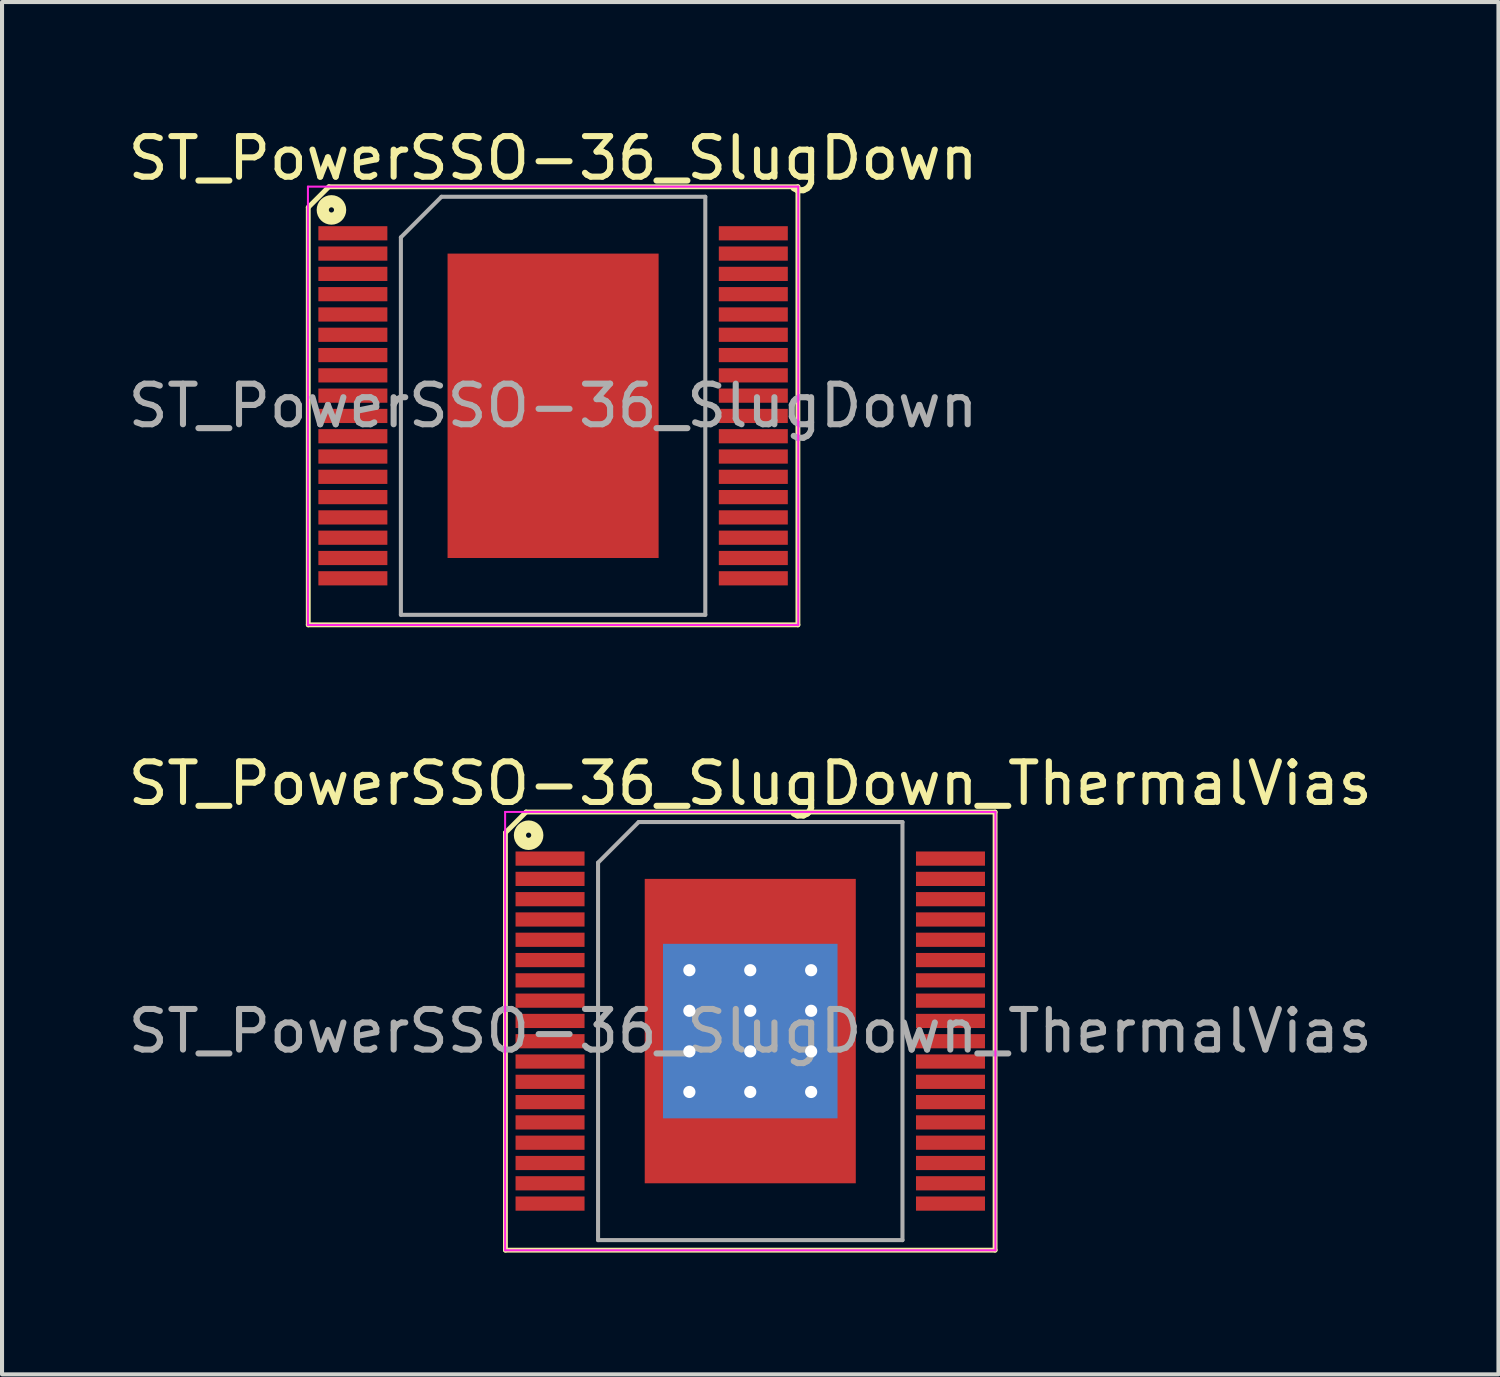
<source format=kicad_pcb>
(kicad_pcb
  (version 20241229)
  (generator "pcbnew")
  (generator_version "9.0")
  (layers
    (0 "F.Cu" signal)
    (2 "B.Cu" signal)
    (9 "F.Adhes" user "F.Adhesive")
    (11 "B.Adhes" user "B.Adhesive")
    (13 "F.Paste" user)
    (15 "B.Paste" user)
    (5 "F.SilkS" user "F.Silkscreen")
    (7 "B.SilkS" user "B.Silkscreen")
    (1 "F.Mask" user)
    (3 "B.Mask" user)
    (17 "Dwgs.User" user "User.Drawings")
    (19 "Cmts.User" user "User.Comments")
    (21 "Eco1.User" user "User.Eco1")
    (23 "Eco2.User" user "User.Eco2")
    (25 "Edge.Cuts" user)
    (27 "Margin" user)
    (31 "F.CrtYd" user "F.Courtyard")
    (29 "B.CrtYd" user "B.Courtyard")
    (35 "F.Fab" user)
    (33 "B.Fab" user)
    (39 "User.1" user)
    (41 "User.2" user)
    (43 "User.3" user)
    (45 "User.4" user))
  (footprint "ST_PowerSSO-36_SlugDown"
    (layer "F.Cu")
    (at 10.577 6.948)
    (property "Reference" "ST_PowerSSO-36_SlugDown" (at 0 -6.1 0) (layer "F.SilkS") (effects (font (size 1 1) (thickness 0.15))))
    (attr smd)
    (fp_line (start -6.032 -4.889) (end -6.032 5.397) (stroke (width 0.12) (type solid)) (layer "F.SilkS"))
    (fp_line (start -6.032 -4.889) (end -5.524 -5.397) (stroke (width 0.12) (type solid)) (layer "F.SilkS"))
    (fp_line (start -6.032 5.397) (end 6.032 5.397) (stroke (width 0.12) (type solid)) (layer "F.SilkS"))
    (fp_line (start 6.032 -5.397) (end -5.524 -5.397) (stroke (width 0.12) (type solid)) (layer "F.SilkS"))
    (fp_line (start 6.032 5.397) (end 6.032 -5.397) (stroke (width 0.12) (type solid)) (layer "F.SilkS"))
    (fp_circle (center -5.461 -4.826) (end -5.397 -4.826) (stroke (width 0.3) (type solid)) (fill no) (layer "F.SilkS"))
    (fp_line (start -6.04 -5.4) (end -6.04 5.4) (stroke (width 0.05) (type solid)) (layer "F.CrtYd"))
    (fp_line (start -6.04 -5.4) (end 6.04 -5.4) (stroke (width 0.05) (type solid)) (layer "F.CrtYd"))
    (fp_line (start 6.04 5.4) (end -6.04 5.4) (stroke (width 0.05) (type solid)) (layer "F.CrtYd"))
    (fp_line (start 6.04 5.4) (end 6.04 -5.4) (stroke (width 0.05) (type solid)) (layer "F.CrtYd"))
    (fp_line (start -3.75 -4.15) (end -3.75 5.15) (stroke (width 0.1) (type solid)) (layer "F.Fab"))
    (fp_line (start -3.75 5.15) (end 3.75 5.15) (stroke (width 0.1) (type solid)) (layer "F.Fab"))
    (fp_line (start -2.75 -5.15) (end -3.75 -4.15) (stroke (width 0.1) (type solid)) (layer "F.Fab"))
    (fp_line (start 3.75 -5.15) (end -2.75 -5.15) (stroke (width 0.1) (type solid)) (layer "F.Fab"))
    (fp_line (start 3.75 5.15) (end 3.75 -5.15) (stroke (width 0.1) (type solid)) (layer "F.Fab"))
    (fp_text user "${REFERENCE}" (at 0 0 0) (layer "F.Fab") (effects (font (size 1 1) (thickness 0.15))))
    (pad "1" smd rect (at -4.933 -4.25) (size 1.7 0.35) (layers "F.Cu" "F.Mask" "F.Paste"))
    (pad "2" smd rect (at -4.933 -3.75) (size 1.7 0.35) (layers "F.Cu" "F.Mask" "F.Paste"))
    (pad "3" smd rect (at -4.933 -3.25) (size 1.7 0.35) (layers "F.Cu" "F.Mask" "F.Paste"))
    (pad "4" smd rect (at -4.933 -2.75) (size 1.7 0.35) (layers "F.Cu" "F.Mask" "F.Paste"))
    (pad "5" smd rect (at -4.933 -2.25) (size 1.7 0.35) (layers "F.Cu" "F.Mask" "F.Paste"))
    (pad "6" smd rect (at -4.933 -1.75) (size 1.7 0.35) (layers "F.Cu" "F.Mask" "F.Paste"))
    (pad "7" smd rect (at -4.933 -1.25) (size 1.7 0.35) (layers "F.Cu" "F.Mask" "F.Paste"))
    (pad "8" smd rect (at -4.933 -0.75) (size 1.7 0.35) (layers "F.Cu" "F.Mask" "F.Paste"))
    (pad "9" smd rect (at -4.933 -0.25) (size 1.7 0.35) (layers "F.Cu" "F.Mask" "F.Paste"))
    (pad "10" smd rect (at -4.933 0.25) (size 1.7 0.35) (layers "F.Cu" "F.Mask" "F.Paste"))
    (pad "11" smd rect (at -4.933 0.75) (size 1.7 0.35) (layers "F.Cu" "F.Mask" "F.Paste"))
    (pad "12" smd rect (at -4.933 1.25) (size 1.7 0.35) (layers "F.Cu" "F.Mask" "F.Paste"))
    (pad "13" smd rect (at -4.933 1.75) (size 1.7 0.35) (layers "F.Cu" "F.Mask" "F.Paste"))
    (pad "14" smd rect (at -4.933 2.25) (size 1.7 0.35) (layers "F.Cu" "F.Mask" "F.Paste"))
    (pad "15" smd rect (at -4.933 2.75) (size 1.7 0.35) (layers "F.Cu" "F.Mask" "F.Paste"))
    (pad "16" smd rect (at -4.933 3.25) (size 1.7 0.35) (layers "F.Cu" "F.Mask" "F.Paste"))
    (pad "17" smd rect (at -4.933 3.75) (size 1.7 0.35) (layers "F.Cu" "F.Mask" "F.Paste"))
    (pad "18" smd rect (at -4.933 4.25) (size 1.7 0.35) (layers "F.Cu" "F.Mask" "F.Paste"))
    (pad "19" smd rect (at 4.933 4.25) (size 1.7 0.35) (layers "F.Cu" "F.Mask" "F.Paste"))
    (pad "20" smd rect (at 4.933 3.75) (size 1.7 0.35) (layers "F.Cu" "F.Mask" "F.Paste"))
    (pad "21" smd rect (at 4.933 3.25) (size 1.7 0.35) (layers "F.Cu" "F.Mask" "F.Paste"))
    (pad "22" smd rect (at 4.933 2.75) (size 1.7 0.35) (layers "F.Cu" "F.Mask" "F.Paste"))
    (pad "23" smd rect (at 4.933 2.25) (size 1.7 0.35) (layers "F.Cu" "F.Mask" "F.Paste"))
    (pad "24" smd rect (at 4.933 1.75) (size 1.7 0.35) (layers "F.Cu" "F.Mask" "F.Paste"))
    (pad "25" smd rect (at 4.933 1.25) (size 1.7 0.35) (layers "F.Cu" "F.Mask" "F.Paste"))
    (pad "26" smd rect (at 4.933 0.75) (size 1.7 0.35) (layers "F.Cu" "F.Mask" "F.Paste"))
    (pad "27" smd rect (at 4.933 0.25) (size 1.7 0.35) (layers "F.Cu" "F.Mask" "F.Paste"))
    (pad "28" smd rect (at 4.933 -0.25) (size 1.7 0.35) (layers "F.Cu" "F.Mask" "F.Paste"))
    (pad "29" smd rect (at 4.933 -0.75) (size 1.7 0.35) (layers "F.Cu" "F.Mask" "F.Paste"))
    (pad "30" smd rect (at 4.933 -1.25) (size 1.7 0.35) (layers "F.Cu" "F.Mask" "F.Paste"))
    (pad "31" smd rect (at 4.933 -1.75) (size 1.7 0.35) (layers "F.Cu" "F.Mask" "F.Paste"))
    (pad "32" smd rect (at 4.933 -2.25) (size 1.7 0.35) (layers "F.Cu" "F.Mask" "F.Paste"))
    (pad "33" smd rect (at 4.933 -2.75) (size 1.7 0.35) (layers "F.Cu" "F.Mask" "F.Paste"))
    (pad "34" smd rect (at 4.933 -3.25) (size 1.7 0.35) (layers "F.Cu" "F.Mask" "F.Paste"))
    (pad "35" smd rect (at 4.933 -3.75) (size 1.7 0.35) (layers "F.Cu" "F.Mask" "F.Paste"))
    (pad "36" smd rect (at 4.933 -4.25) (size 1.7 0.35) (layers "F.Cu" "F.Mask" "F.Paste"))
    (pad "37" smd rect (at 0 0) (size 5.2 7.5) (layers "F.Cu" "F.Mask" "F.Paste")))
  (footprint "ST_PowerSSO-36_SlugDown_ThermalVias"
    (layer "F.Cu")
    (at 15.435 22.354)
    (property "Reference" "ST_PowerSSO-36_SlugDown_ThermalVias" (at 0 -6.1 0) (layer "F.SilkS") (effects (font (size 1 1) (thickness 0.15))))
    (attr smd)
    (fp_line (start -6.032 -4.889) (end -6.032 5.397) (stroke (width 0.12) (type solid)) (layer "F.SilkS"))
    (fp_line (start -6.032 -4.889) (end -5.524 -5.397) (stroke (width 0.12) (type solid)) (layer "F.SilkS"))
    (fp_line (start -6.032 5.397) (end 6.032 5.397) (stroke (width 0.12) (type solid)) (layer "F.SilkS"))
    (fp_line (start 6.032 -5.397) (end -5.524 -5.397) (stroke (width 0.12) (type solid)) (layer "F.SilkS"))
    (fp_line (start 6.032 5.397) (end 6.032 -5.397) (stroke (width 0.12) (type solid)) (layer "F.SilkS"))
    (fp_circle (center -5.461 -4.826) (end -5.397 -4.826) (stroke (width 0.3) (type solid)) (fill no) (layer "F.SilkS"))
    (fp_line (start -6.04 -5.4) (end -6.04 5.4) (stroke (width 0.05) (type solid)) (layer "F.CrtYd"))
    (fp_line (start -6.04 -5.4) (end 6.04 -5.4) (stroke (width 0.05) (type solid)) (layer "F.CrtYd"))
    (fp_line (start 6.04 5.4) (end -6.04 5.4) (stroke (width 0.05) (type solid)) (layer "F.CrtYd"))
    (fp_line (start 6.04 5.4) (end 6.04 -5.4) (stroke (width 0.05) (type solid)) (layer "F.CrtYd"))
    (fp_line (start -3.75 -4.15) (end -3.75 5.15) (stroke (width 0.1) (type solid)) (layer "F.Fab"))
    (fp_line (start -3.75 5.15) (end 3.75 5.15) (stroke (width 0.1) (type solid)) (layer "F.Fab"))
    (fp_line (start -2.75 -5.15) (end -3.75 -4.15) (stroke (width 0.1) (type solid)) (layer "F.Fab"))
    (fp_line (start 3.75 -5.15) (end -2.75 -5.15) (stroke (width 0.1) (type solid)) (layer "F.Fab"))
    (fp_line (start 3.75 5.15) (end 3.75 -5.15) (stroke (width 0.1) (type solid)) (layer "F.Fab"))
    (fp_text user "${REFERENCE}" (at 0 0 0) (layer "F.Fab") (effects (font (size 1 1) (thickness 0.15))))
    (pad "1" smd rect (at -4.933 -4.25) (size 1.7 0.35) (layers "F.Cu" "F.Mask" "F.Paste"))
    (pad "2" smd rect (at -4.933 -3.75) (size 1.7 0.35) (layers "F.Cu" "F.Mask" "F.Paste"))
    (pad "3" smd rect (at -4.933 -3.25) (size 1.7 0.35) (layers "F.Cu" "F.Mask" "F.Paste"))
    (pad "4" smd rect (at -4.933 -2.75) (size 1.7 0.35) (layers "F.Cu" "F.Mask" "F.Paste"))
    (pad "5" smd rect (at -4.933 -2.25) (size 1.7 0.35) (layers "F.Cu" "F.Mask" "F.Paste"))
    (pad "6" smd rect (at -4.933 -1.75) (size 1.7 0.35) (layers "F.Cu" "F.Mask" "F.Paste"))
    (pad "7" smd rect (at -4.933 -1.25) (size 1.7 0.35) (layers "F.Cu" "F.Mask" "F.Paste"))
    (pad "8" smd rect (at -4.933 -0.75) (size 1.7 0.35) (layers "F.Cu" "F.Mask" "F.Paste"))
    (pad "9" smd rect (at -4.933 -0.25) (size 1.7 0.35) (layers "F.Cu" "F.Mask" "F.Paste"))
    (pad "10" smd rect (at -4.933 0.25) (size 1.7 0.35) (layers "F.Cu" "F.Mask" "F.Paste"))
    (pad "11" smd rect (at -4.933 0.75) (size 1.7 0.35) (layers "F.Cu" "F.Mask" "F.Paste"))
    (pad "12" smd rect (at -4.933 1.25) (size 1.7 0.35) (layers "F.Cu" "F.Mask" "F.Paste"))
    (pad "13" smd rect (at -4.933 1.75) (size 1.7 0.35) (layers "F.Cu" "F.Mask" "F.Paste"))
    (pad "14" smd rect (at -4.933 2.25) (size 1.7 0.35) (layers "F.Cu" "F.Mask" "F.Paste"))
    (pad "15" smd rect (at -4.933 2.75) (size 1.7 0.35) (layers "F.Cu" "F.Mask" "F.Paste"))
    (pad "16" smd rect (at -4.933 3.25) (size 1.7 0.35) (layers "F.Cu" "F.Mask" "F.Paste"))
    (pad "17" smd rect (at -4.933 3.75) (size 1.7 0.35) (layers "F.Cu" "F.Mask" "F.Paste"))
    (pad "18" smd rect (at -4.933 4.25) (size 1.7 0.35) (layers "F.Cu" "F.Mask" "F.Paste"))
    (pad "19" smd rect (at 4.933 4.25) (size 1.7 0.35) (layers "F.Cu" "F.Mask" "F.Paste"))
    (pad "20" smd rect (at 4.933 3.75) (size 1.7 0.35) (layers "F.Cu" "F.Mask" "F.Paste"))
    (pad "21" smd rect (at 4.933 3.25) (size 1.7 0.35) (layers "F.Cu" "F.Mask" "F.Paste"))
    (pad "22" smd rect (at 4.933 2.75) (size 1.7 0.35) (layers "F.Cu" "F.Mask" "F.Paste"))
    (pad "23" smd rect (at 4.933 2.25) (size 1.7 0.35) (layers "F.Cu" "F.Mask" "F.Paste"))
    (pad "24" smd rect (at 4.933 1.75) (size 1.7 0.35) (layers "F.Cu" "F.Mask" "F.Paste"))
    (pad "25" smd rect (at 4.933 1.25) (size 1.7 0.35) (layers "F.Cu" "F.Mask" "F.Paste"))
    (pad "26" smd rect (at 4.933 0.75) (size 1.7 0.35) (layers "F.Cu" "F.Mask" "F.Paste"))
    (pad "27" smd rect (at 4.933 0.25) (size 1.7 0.35) (layers "F.Cu" "F.Mask" "F.Paste"))
    (pad "28" smd rect (at 4.933 -0.25) (size 1.7 0.35) (layers "F.Cu" "F.Mask" "F.Paste"))
    (pad "29" smd rect (at 4.933 -0.75) (size 1.7 0.35) (layers "F.Cu" "F.Mask" "F.Paste"))
    (pad "30" smd rect (at 4.933 -1.25) (size 1.7 0.35) (layers "F.Cu" "F.Mask" "F.Paste"))
    (pad "31" smd rect (at 4.933 -1.75) (size 1.7 0.35) (layers "F.Cu" "F.Mask" "F.Paste"))
    (pad "32" smd rect (at 4.933 -2.25) (size 1.7 0.35) (layers "F.Cu" "F.Mask" "F.Paste"))
    (pad "33" smd rect (at 4.933 -2.75) (size 1.7 0.35) (layers "F.Cu" "F.Mask" "F.Paste"))
    (pad "34" smd rect (at 4.933 -3.25) (size 1.7 0.35) (layers "F.Cu" "F.Mask" "F.Paste"))
    (pad "35" smd rect (at 4.933 -3.75) (size 1.7 0.35) (layers "F.Cu" "F.Mask" "F.Paste"))
    (pad "36" smd rect (at 4.933 -4.25) (size 1.7 0.35) (layers "F.Cu" "F.Mask" "F.Paste"))
    (pad "37" thru_hole circle (at -1.5 -1.5) (size 0.6 0.6) (drill 0.3) (layers "*.Cu"))
    (pad "37" thru_hole circle (at -1.5 -0.5) (size 0.6 0.6) (drill 0.3) (layers "*.Cu"))
    (pad "37" thru_hole circle (at -1.5 0.5) (size 0.6 0.6) (drill 0.3) (layers "*.Cu"))
    (pad "37" thru_hole circle (at -1.5 1.5) (size 0.6 0.6) (drill 0.3) (layers "*.Cu"))
    (pad "37" thru_hole circle (at 0 -1.5) (size 0.6 0.6) (drill 0.3) (layers "*.Cu"))
    (pad "37" thru_hole circle (at 0 -0.5) (size 0.6 0.6) (drill 0.3) (layers "*.Cu"))
    (pad "37" smd rect (at 0 0) (size 4.3 4.3) (layers "B.Cu" "B.Mask"))
    (pad "37" smd rect (at 0 0) (size 5.2 7.5) (layers "F.Cu" "F.Mask" "F.Paste"))
    (pad "37" thru_hole circle (at 0 0.5) (size 0.6 0.6) (drill 0.3) (layers "*.Cu"))
    (pad "37" thru_hole circle (at 0 1.5) (size 0.6 0.6) (drill 0.3) (layers "*.Cu"))
    (pad "37" thru_hole circle (at 1.5 -1.5) (size 0.6 0.6) (drill 0.3) (layers "*.Cu"))
    (pad "37" thru_hole circle (at 1.5 -0.5) (size 0.6 0.6) (drill 0.3) (layers "*.Cu"))
    (pad "37" thru_hole circle (at 1.5 0.5) (size 0.6 0.6) (drill 0.3) (layers "*.Cu"))
    (pad "37" thru_hole circle (at 1.5 1.5) (size 0.6 0.6) (drill 0.3) (layers "*.Cu")))
  (gr_rect
    (start -3 -3)
    (end 33.869 30.811)
    (stroke (width 0.1) (type default))
    (fill no)
    (layer "Edge.Cuts")))
</source>
